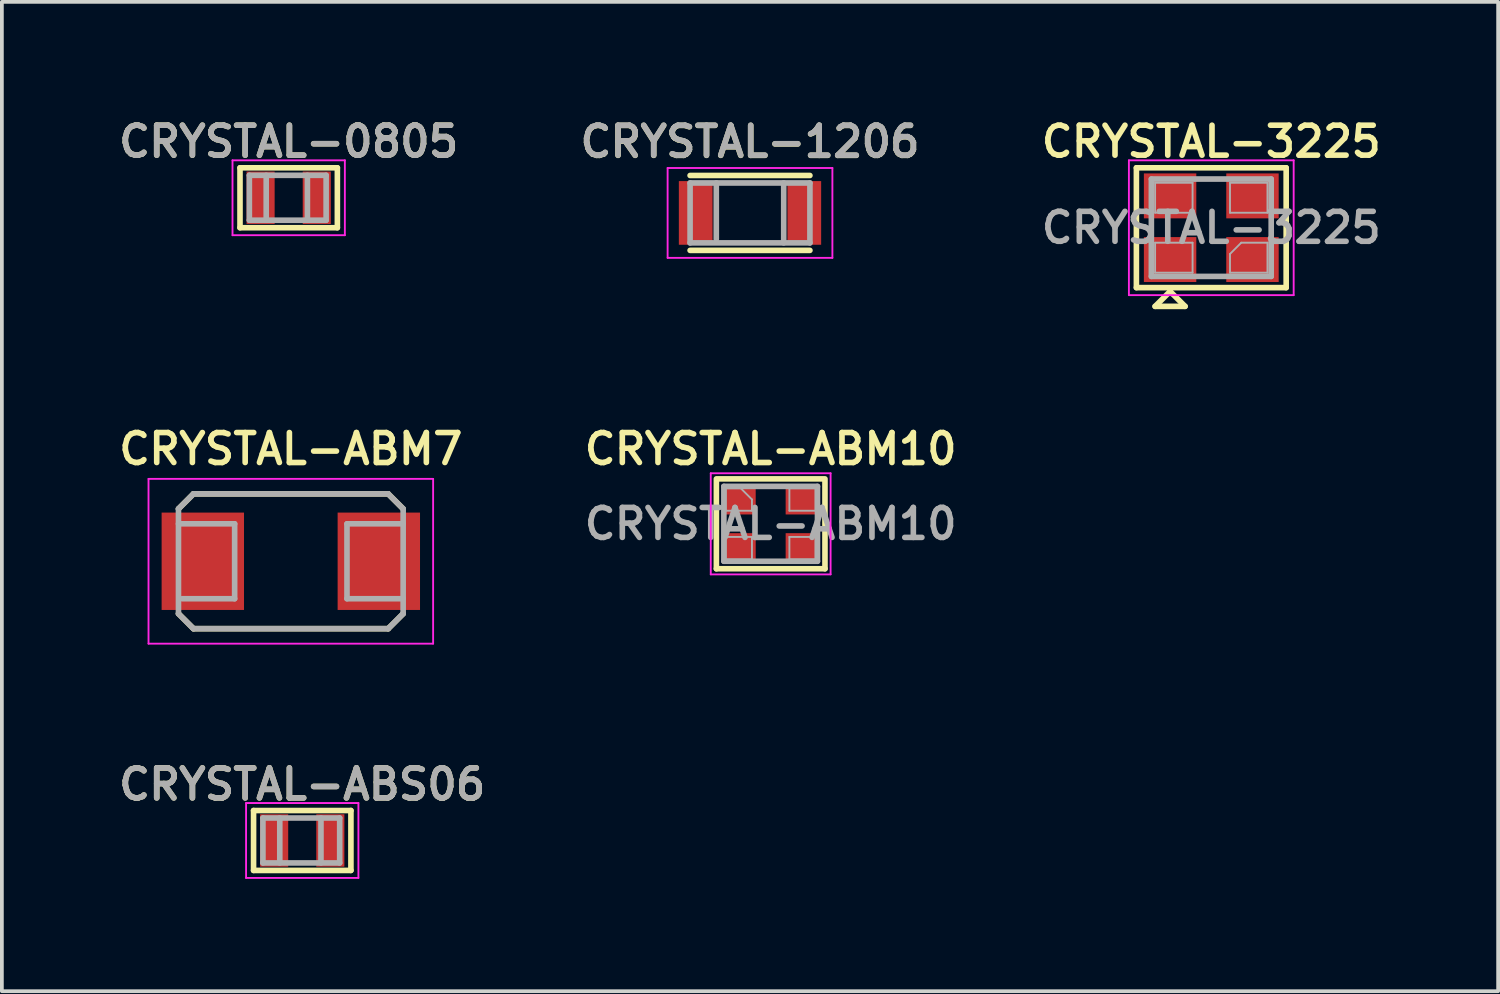
<source format=kicad_pcb>
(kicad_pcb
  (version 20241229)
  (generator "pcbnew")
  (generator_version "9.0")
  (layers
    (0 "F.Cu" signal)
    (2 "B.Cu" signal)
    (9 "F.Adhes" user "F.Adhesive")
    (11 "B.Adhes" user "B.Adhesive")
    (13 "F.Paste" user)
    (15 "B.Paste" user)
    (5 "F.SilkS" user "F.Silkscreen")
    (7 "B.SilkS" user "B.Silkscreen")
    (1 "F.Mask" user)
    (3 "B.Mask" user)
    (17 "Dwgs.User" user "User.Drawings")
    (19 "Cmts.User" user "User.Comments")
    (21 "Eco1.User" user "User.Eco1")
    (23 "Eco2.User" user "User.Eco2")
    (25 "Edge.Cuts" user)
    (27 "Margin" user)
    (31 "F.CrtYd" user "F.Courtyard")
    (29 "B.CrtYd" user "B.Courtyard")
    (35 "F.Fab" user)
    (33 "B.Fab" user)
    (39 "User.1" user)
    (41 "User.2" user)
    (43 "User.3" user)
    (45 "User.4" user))
  (footprint "CRYSTAL-ABM7"
    (layer "F.Cu")
    (at 4.716 11.938)
    (property "Reference" "CRYSTAL-ABM7" (at 0 -3 0) (layer "F.SilkS") (effects (font (size 0.8 0.8) (thickness 0.15))))
    (attr smd)
    (fp_line (start -3 -1.4) (end -2.6 -1.8) (stroke (width 0.15) (type solid)) (layer "F.SilkS"))
    (fp_line (start -3 1.4) (end -2.6 1.8) (stroke (width 0.15) (type solid)) (layer "F.SilkS"))
    (fp_line (start -2.6 -1.8) (end 2.6 -1.8) (stroke (width 0.15) (type solid)) (layer "F.SilkS"))
    (fp_line (start -2.6 1.8) (end 2.6 1.8) (stroke (width 0.15) (type solid)) (layer "F.SilkS"))
    (fp_line (start 2.6 -1.8) (end 3 -1.4) (stroke (width 0.15) (type solid)) (layer "F.SilkS"))
    (fp_line (start 2.6 1.8) (end 3 1.4) (stroke (width 0.15) (type solid)) (layer "F.SilkS"))
    (fp_line (start -3.8 -2.2) (end 3.8 -2.2) (stroke (width 0.05) (type solid)) (layer "F.CrtYd"))
    (fp_line (start -3.8 2.2) (end -3.8 -2.2) (stroke (width 0.05) (type solid)) (layer "F.CrtYd"))
    (fp_line (start 3.8 -2.2) (end 3.8 2.2) (stroke (width 0.05) (type solid)) (layer "F.CrtYd"))
    (fp_line (start 3.8 2.2) (end -3.8 2.2) (stroke (width 0.05) (type solid)) (layer "F.CrtYd"))
    (fp_line (start -3 -1.4) (end -3 1.4) (stroke (width 0.15) (type solid)) (layer "F.Fab"))
    (fp_line (start -3 -1.4) (end -2.6 -1.8) (stroke (width 0.15) (type solid)) (layer "F.Fab"))
    (fp_line (start -3 1.4) (end -2.6 1.8) (stroke (width 0.15) (type solid)) (layer "F.Fab"))
    (fp_line (start -2.6 -1.8) (end 2.6 -1.8) (stroke (width 0.15) (type solid)) (layer "F.Fab"))
    (fp_line (start -2.6 1.8) (end 2.6 1.8) (stroke (width 0.15) (type solid)) (layer "F.Fab"))
    (fp_line (start -1.5 -1) (end -3 -1) (stroke (width 0.15) (type solid)) (layer "F.Fab"))
    (fp_line (start -1.5 -1) (end -1.5 1) (stroke (width 0.15) (type solid)) (layer "F.Fab"))
    (fp_line (start -1.5 1) (end -2.9 1) (stroke (width 0.15) (type solid)) (layer "F.Fab"))
    (fp_line (start 1.5 -1) (end 1.5 1) (stroke (width 0.15) (type solid)) (layer "F.Fab"))
    (fp_line (start 1.5 -1) (end 3 -1) (stroke (width 0.15) (type solid)) (layer "F.Fab"))
    (fp_line (start 1.5 1) (end 3 1) (stroke (width 0.15) (type solid)) (layer "F.Fab"))
    (fp_line (start 2.6 -1.8) (end 3 -1.4) (stroke (width 0.15) (type solid)) (layer "F.Fab"))
    (fp_line (start 3 -1.4) (end 3 1.4) (stroke (width 0.15) (type solid)) (layer "F.Fab"))
    (fp_line (start 3 1.4) (end 2.6 1.8) (stroke (width 0.15) (type solid)) (layer "F.Fab"))
    (pad "1" smd rect (at -2.35 0) (size 2.2 2.6) (layers "F.Cu" "F.Mask" "F.Paste"))
    (pad "2" smd rect (at 2.35 0) (size 2.2 2.6) (layers "F.Cu" "F.Mask" "F.Paste")))
  (footprint "CRYSTAL-3225"
    (layer "F.Cu")
    (at 29.296 3.031)
    (property "Reference" "CRYSTAL-3225" (at 0 -2.3 0) (layer "F.SilkS") (effects (font (size 0.8 0.8) (thickness 0.15))))
    (attr through_hole)
    (fp_line (start -2 -1.6) (end 2 -1.6) (stroke (width 0.15) (type solid)) (layer "F.SilkS"))
    (fp_line (start -2 1.6) (end -2 -1.6) (stroke (width 0.15) (type solid)) (layer "F.SilkS"))
    (fp_line (start -1.5 2.1) (end -0.7 2.1) (stroke (width 0.15) (type solid)) (layer "F.SilkS"))
    (fp_line (start -1.1 1.7) (end -1.5 2.1) (stroke (width 0.15) (type solid)) (layer "F.SilkS"))
    (fp_line (start -0.7 2.1) (end -1.1 1.7) (stroke (width 0.15) (type solid)) (layer "F.SilkS"))
    (fp_line (start 2 -1.6) (end 2 1.6) (stroke (width 0.15) (type solid)) (layer "F.SilkS"))
    (fp_line (start 2 1.6) (end -2 1.6) (stroke (width 0.15) (type solid)) (layer "F.SilkS"))
    (fp_line (start -2.2 -1.8) (end -2.2 1.8) (stroke (width 0.05) (type solid)) (layer "F.CrtYd"))
    (fp_line (start -2.2 1.8) (end 2.2 1.8) (stroke (width 0.05) (type solid)) (layer "F.CrtYd"))
    (fp_line (start 2.2 -1.8) (end -2.2 -1.8) (stroke (width 0.05) (type solid)) (layer "F.CrtYd"))
    (fp_line (start 2.2 1.8) (end 2.2 -1.8) (stroke (width 0.05) (type solid)) (layer "F.CrtYd"))
    (fp_line (start -1.6 -1.3) (end -1.6 1.3) (stroke (width 0.15) (type solid)) (layer "F.Fab"))
    (fp_line (start -1.6 1.3) (end 1.6 1.3) (stroke (width 0.15) (type solid)) (layer "F.Fab"))
    (fp_line (start -1.5 -1.2) (end -0.5 -1.2) (stroke (width 0.05) (type solid)) (layer "F.Fab"))
    (fp_line (start -1.5 -0.4) (end -1.5 -1.2) (stroke (width 0.05) (type solid)) (layer "F.Fab"))
    (fp_line (start -1.5 0.4) (end -0.5 0.4) (stroke (width 0.05) (type solid)) (layer "F.Fab"))
    (fp_line (start -1.5 1.2) (end -1.5 0.4) (stroke (width 0.05) (type solid)) (layer "F.Fab"))
    (fp_line (start -0.5 -1.2) (end -0.5 -0.4) (stroke (width 0.05) (type solid)) (layer "F.Fab"))
    (fp_line (start -0.5 -0.4) (end -1.5 -0.4) (stroke (width 0.05) (type solid)) (layer "F.Fab"))
    (fp_line (start -0.5 0.4) (end -0.5 1.2) (stroke (width 0.05) (type solid)) (layer "F.Fab"))
    (fp_line (start -0.5 1.2) (end -1.5 1.2) (stroke (width 0.05) (type solid)) (layer "F.Fab"))
    (fp_line (start 0.5 -1.2) (end 1.5 -1.2) (stroke (width 0.05) (type solid)) (layer "F.Fab"))
    (fp_line (start 0.5 -0.4) (end 0.5 -1.2) (stroke (width 0.05) (type solid)) (layer "F.Fab"))
    (fp_line (start 0.5 0.7) (end 0.8 0.4) (stroke (width 0.05) (type solid)) (layer "F.Fab"))
    (fp_line (start 0.5 1.2) (end 0.5 0.7) (stroke (width 0.05) (type solid)) (layer "F.Fab"))
    (fp_line (start 0.8 0.4) (end 1.5 0.4) (stroke (width 0.05) (type solid)) (layer "F.Fab"))
    (fp_line (start 1.5 -1.2) (end 1.5 -0.4) (stroke (width 0.05) (type solid)) (layer "F.Fab"))
    (fp_line (start 1.5 -0.4) (end 0.5 -0.4) (stroke (width 0.05) (type solid)) (layer "F.Fab"))
    (fp_line (start 1.5 0.4) (end 1.5 1.2) (stroke (width 0.05) (type solid)) (layer "F.Fab"))
    (fp_line (start 1.5 1.2) (end 0.5 1.2) (stroke (width 0.05) (type solid)) (layer "F.Fab"))
    (fp_line (start 1.6 -1.3) (end -1.6 -1.3) (stroke (width 0.15) (type solid)) (layer "F.Fab"))
    (fp_line (start 1.6 1.3) (end 1.6 -1.3) (stroke (width 0.15) (type solid)) (layer "F.Fab"))
    (fp_text user "${REFERENCE}" (at 0 0 0) (layer "F.Fab") (effects (font (size 0.8 0.8) (thickness 0.15))))
    (pad "1" smd rect (at -1.1 0.85) (size 1.4 1.2) (layers "F.Cu" "F.Mask" "F.Paste"))
    (pad "2" smd rect (at 1.1 0.85) (size 1.4 1.2) (layers "F.Cu" "F.Mask" "F.Paste"))
    (pad "3" smd rect (at 1.1 -0.85) (size 1.4 1.2) (layers "F.Cu" "F.Mask" "F.Paste"))
    (pad "4" smd rect (at -1.1 -0.85) (size 1.4 1.2) (layers "F.Cu" "F.Mask" "F.Paste")))
  (footprint "CRYSTAL-1206"
    (layer "F.Cu")
    (at 16.978 2.636)
    (property "Reference" "CRYSTAL-1206" (at 0 -1.9 0) (layer "F.SilkS") (effects (font (size 0.8 0.8) (thickness 0.15))))
    (attr smd)
    (fp_line (start -1.6 -1) (end 1.6 -1) (stroke (width 0.15) (type solid)) (layer "F.SilkS"))
    (fp_line (start 1.6 1) (end -1.6 1) (stroke (width 0.15) (type solid)) (layer "F.SilkS"))
    (fp_line (start -2.2 -1.2) (end -2.2 1.2) (stroke (width 0.05) (type solid)) (layer "F.CrtYd"))
    (fp_line (start -2.2 -1.2) (end 2.2 -1.2) (stroke (width 0.05) (type solid)) (layer "F.CrtYd"))
    (fp_line (start -2.2 1.2) (end 2.2 1.2) (stroke (width 0.05) (type solid)) (layer "F.CrtYd"))
    (fp_line (start 2.2 -1.2) (end 2.2 1.2) (stroke (width 0.05) (type solid)) (layer "F.CrtYd"))
    (fp_line (start -1.6 -0.8) (end 1.6 -0.8) (stroke (width 0.15) (type solid)) (layer "F.Fab"))
    (fp_line (start -1.6 0.8) (end -1.6 -0.8) (stroke (width 0.15) (type solid)) (layer "F.Fab"))
    (fp_line (start -0.9 -0.8) (end -0.9 0.7) (stroke (width 0.15) (type solid)) (layer "F.Fab"))
    (fp_line (start 0.9 -0.8) (end 0.9 0.8) (stroke (width 0.15) (type solid)) (layer "F.Fab"))
    (fp_line (start 1.6 -0.8) (end 1.6 0.8) (stroke (width 0.15) (type solid)) (layer "F.Fab"))
    (fp_line (start 1.6 0.8) (end -1.6 0.8) (stroke (width 0.15) (type solid)) (layer "F.Fab"))
    (fp_text user "${REFERENCE}" (at 0 -1.905 0) (layer "F.Fab") (effects (font (size 0.8 0.8) (thickness 0.15))))
    (pad "1" smd rect (at -1.45 0) (size 0.9 1.7) (layers "F.Cu" "F.Mask" "F.Paste"))
    (pad "2" smd rect (at 1.45 0) (size 0.9 1.7) (layers "F.Cu" "F.Mask" "F.Paste")))
  (footprint "CRYSTAL-ABM10"
    (layer "F.Cu")
    (at 17.53 10.938)
    (property "Reference" "CRYSTAL-ABM10" (at 0 -2 0) (layer "F.SilkS") (effects (font (size 0.8 0.8) (thickness 0.15))))
    (attr smd)
    (fp_line (start -1.45 1.2) (end -1.45 -1.2) (stroke (width 0.15) (type solid)) (layer "F.SilkS"))
    (fp_line (start -1.45 1.2) (end 1.45 1.2) (stroke (width 0.15) (type solid)) (layer "F.SilkS"))
    (fp_line (start -1.4 -1.2) (end 1.4 -1.2) (stroke (width 0.15) (type solid)) (layer "F.SilkS"))
    (fp_line (start 1.45 -1.2) (end 1.45 1.2) (stroke (width 0.15) (type solid)) (layer "F.SilkS"))
    (fp_line (start -1.6 -1.35) (end 1.6 -1.35) (stroke (width 0.05) (type solid)) (layer "F.CrtYd"))
    (fp_line (start -1.6 1.35) (end -1.6 -1.35) (stroke (width 0.05) (type solid)) (layer "F.CrtYd"))
    (fp_line (start 1.6 -1.35) (end 1.6 1.35) (stroke (width 0.05) (type solid)) (layer "F.CrtYd"))
    (fp_line (start 1.6 1.35) (end -1.6 1.35) (stroke (width 0.05) (type solid)) (layer "F.CrtYd"))
    (fp_line (start -1.25 -1) (end -1.25 1) (stroke (width 0.15) (type solid)) (layer "F.Fab"))
    (fp_line (start -1.25 -1) (end 1.25 -1) (stroke (width 0.15) (type solid)) (layer "F.Fab"))
    (fp_line (start -1.25 1) (end 1.25 1) (stroke (width 0.15) (type solid)) (layer "F.Fab"))
    (fp_line (start -1.2 -0.95) (end -1.2 -0.35) (stroke (width 0.05) (type solid)) (layer "F.Fab"))
    (fp_line (start -1.2 -0.95) (end -0.8 -0.95) (stroke (width 0.05) (type solid)) (layer "F.Fab"))
    (fp_line (start -1.2 -0.35) (end -0.5 -0.35) (stroke (width 0.05) (type solid)) (layer "F.Fab"))
    (fp_line (start -1.2 0.35) (end -1.2 0.95) (stroke (width 0.05) (type solid)) (layer "F.Fab"))
    (fp_line (start -1.2 0.35) (end -0.5 0.35) (stroke (width 0.05) (type solid)) (layer "F.Fab"))
    (fp_line (start -1.2 0.95) (end -0.5 0.95) (stroke (width 0.05) (type solid)) (layer "F.Fab"))
    (fp_line (start -0.5 -0.65) (end -0.8 -0.95) (stroke (width 0.05) (type solid)) (layer "F.Fab"))
    (fp_line (start -0.5 -0.35) (end -0.5 -0.65) (stroke (width 0.05) (type solid)) (layer "F.Fab"))
    (fp_line (start -0.5 0.95) (end -0.5 0.35) (stroke (width 0.05) (type solid)) (layer "F.Fab"))
    (fp_line (start 0.5 -0.95) (end 0.5 -0.35) (stroke (width 0.05) (type solid)) (layer "F.Fab"))
    (fp_line (start 0.5 -0.95) (end 1.2 -0.95) (stroke (width 0.05) (type solid)) (layer "F.Fab"))
    (fp_line (start 0.5 -0.35) (end 1.2 -0.35) (stroke (width 0.05) (type solid)) (layer "F.Fab"))
    (fp_line (start 0.5 0.35) (end 0.5 0.95) (stroke (width 0.05) (type solid)) (layer "F.Fab"))
    (fp_line (start 0.5 0.35) (end 1.2 0.35) (stroke (width 0.05) (type solid)) (layer "F.Fab"))
    (fp_line (start 0.5 0.95) (end 1.2 0.95) (stroke (width 0.05) (type solid)) (layer "F.Fab"))
    (fp_line (start 1.2 -0.35) (end 1.2 -0.95) (stroke (width 0.05) (type solid)) (layer "F.Fab"))
    (fp_line (start 1.2 0.95) (end 1.2 0.35) (stroke (width 0.05) (type solid)) (layer "F.Fab"))
    (fp_line (start 1.25 -1) (end 1.25 1) (stroke (width 0.15) (type solid)) (layer "F.Fab"))
    (fp_text user "${REFERENCE}" (at 0 0 0) (layer "F.Fab") (effects (font (size 0.8 0.8) (thickness 0.15))))
    (pad "1" smd rect (at -0.85 0.65) (size 0.9 0.8) (layers "F.Cu" "F.Mask" "F.Paste"))
    (pad "2" smd rect (at 0.85 0.65) (size 0.9 0.8) (layers "F.Cu" "F.Mask" "F.Paste"))
    (pad "3" smd rect (at 0.85 -0.65) (size 0.9 0.8) (layers "F.Cu" "F.Mask" "F.Paste"))
    (pad "4" smd rect (at -0.85 -0.65) (size 0.9 0.8) (layers "F.Cu" "F.Mask" "F.Paste")))
  (footprint "CRYSTAL-0805"
    (layer "F.Cu")
    (at 4.659 2.231)
    (property "Reference" "CRYSTAL-0805" (at 0 -1.5 0) (layer "F.SilkS") (effects (font (size 0.8 0.8) (thickness 0.15))))
    (attr smd)
    (fp_line (start -1.3 -0.8) (end -1.3 0.8) (stroke (width 0.15) (type solid)) (layer "F.SilkS"))
    (fp_line (start -1.3 -0.8) (end 1.3 -0.8) (stroke (width 0.15) (type solid)) (layer "F.SilkS"))
    (fp_line (start 1.3 0.8) (end -1.3 0.8) (stroke (width 0.15) (type solid)) (layer "F.SilkS"))
    (fp_line (start 1.3 0.8) (end 1.3 -0.8) (stroke (width 0.15) (type solid)) (layer "F.SilkS"))
    (fp_line (start -1.5 -1) (end -1.5 1) (stroke (width 0.05) (type solid)) (layer "F.CrtYd"))
    (fp_line (start -1.5 -1) (end 1.5 -1) (stroke (width 0.05) (type solid)) (layer "F.CrtYd"))
    (fp_line (start -1.5 1) (end 1.5 1) (stroke (width 0.05) (type solid)) (layer "F.CrtYd"))
    (fp_line (start 1.5 -1) (end 1.5 1) (stroke (width 0.05) (type solid)) (layer "F.CrtYd"))
    (fp_line (start -1.05 -0.6) (end 1 -0.6) (stroke (width 0.15) (type solid)) (layer "F.Fab"))
    (fp_line (start -1.05 0.6) (end -1.05 -0.6) (stroke (width 0.15) (type solid)) (layer "F.Fab"))
    (fp_line (start -0.6 -0.6) (end -0.6 0.6) (stroke (width 0.15) (type solid)) (layer "F.Fab"))
    (fp_line (start 0.5 -0.6) (end 0.5 0.6) (stroke (width 0.15) (type solid)) (layer "F.Fab"))
    (fp_line (start 1 -0.6) (end 1 0.6) (stroke (width 0.15) (type solid)) (layer "F.Fab"))
    (fp_line (start 1 0.6) (end -1.05 0.6) (stroke (width 0.15) (type solid)) (layer "F.Fab"))
    (fp_text user "${REFERENCE}" (at 0 -1.5 0) (layer "F.Fab") (effects (font (size 0.8 0.8) (thickness 0.15))))
    (pad "1" smd rect (at -0.75 0) (size 0.75 1.4) (layers "F.Cu" "F.Mask" "F.Paste"))
    (pad "2" smd rect (at 0.75 0) (size 0.75 1.4) (layers "F.Cu" "F.Mask" "F.Paste")))
  (footprint "CRYSTAL-ABS06"
    (layer "F.Cu")
    (at 5.021 19.394)
    (property "Reference" "CRYSTAL-ABS06" (at 0 -1.5 0) (layer "F.SilkS") (effects (font (size 0.8 0.8) (thickness 0.15))))
    (attr smd)
    (fp_line (start -1.3 -0.8) (end -1.3 0.8) (stroke (width 0.15) (type solid)) (layer "F.SilkS"))
    (fp_line (start -1.3 -0.8) (end 1.3 -0.8) (stroke (width 0.15) (type solid)) (layer "F.SilkS"))
    (fp_line (start 1.3 0.8) (end -1.3 0.8) (stroke (width 0.15) (type solid)) (layer "F.SilkS"))
    (fp_line (start 1.3 0.8) (end 1.3 -0.8) (stroke (width 0.15) (type solid)) (layer "F.SilkS"))
    (fp_line (start -1.5 -1) (end -1.5 1) (stroke (width 0.05) (type solid)) (layer "F.CrtYd"))
    (fp_line (start -1.5 -1) (end 1.5 -1) (stroke (width 0.05) (type solid)) (layer "F.CrtYd"))
    (fp_line (start -1.5 1) (end 1.5 1) (stroke (width 0.05) (type solid)) (layer "F.CrtYd"))
    (fp_line (start 1.5 -1) (end 1.5 1) (stroke (width 0.05) (type solid)) (layer "F.CrtYd"))
    (fp_line (start -1.05 -0.6) (end 1 -0.6) (stroke (width 0.15) (type solid)) (layer "F.Fab"))
    (fp_line (start -1.05 0.6) (end -1.05 -0.6) (stroke (width 0.15) (type solid)) (layer "F.Fab"))
    (fp_line (start -0.6 -0.6) (end -0.6 0.6) (stroke (width 0.15) (type solid)) (layer "F.Fab"))
    (fp_line (start 0.5 -0.6) (end 0.5 0.6) (stroke (width 0.15) (type solid)) (layer "F.Fab"))
    (fp_line (start 1 -0.6) (end 1 0.6) (stroke (width 0.15) (type solid)) (layer "F.Fab"))
    (fp_line (start 1 0.6) (end -1.05 0.6) (stroke (width 0.15) (type solid)) (layer "F.Fab"))
    (fp_text user "${REFERENCE}" (at 0 -1.5 0) (layer "F.Fab") (effects (font (size 0.8 0.8) (thickness 0.15))))
    (pad "1" smd rect (at -0.75 0) (size 0.75 1.4) (layers "F.Cu" "F.Mask" "F.Paste"))
    (pad "2" smd rect (at 0.75 0) (size 0.75 1.4) (layers "F.Cu" "F.Mask" "F.Paste")))
  (gr_rect
    (start -3 -3)
    (end 36.956 23.419)
    (stroke (width 0.1) (type default))
    (fill no)
    (layer "Edge.Cuts")))
</source>
